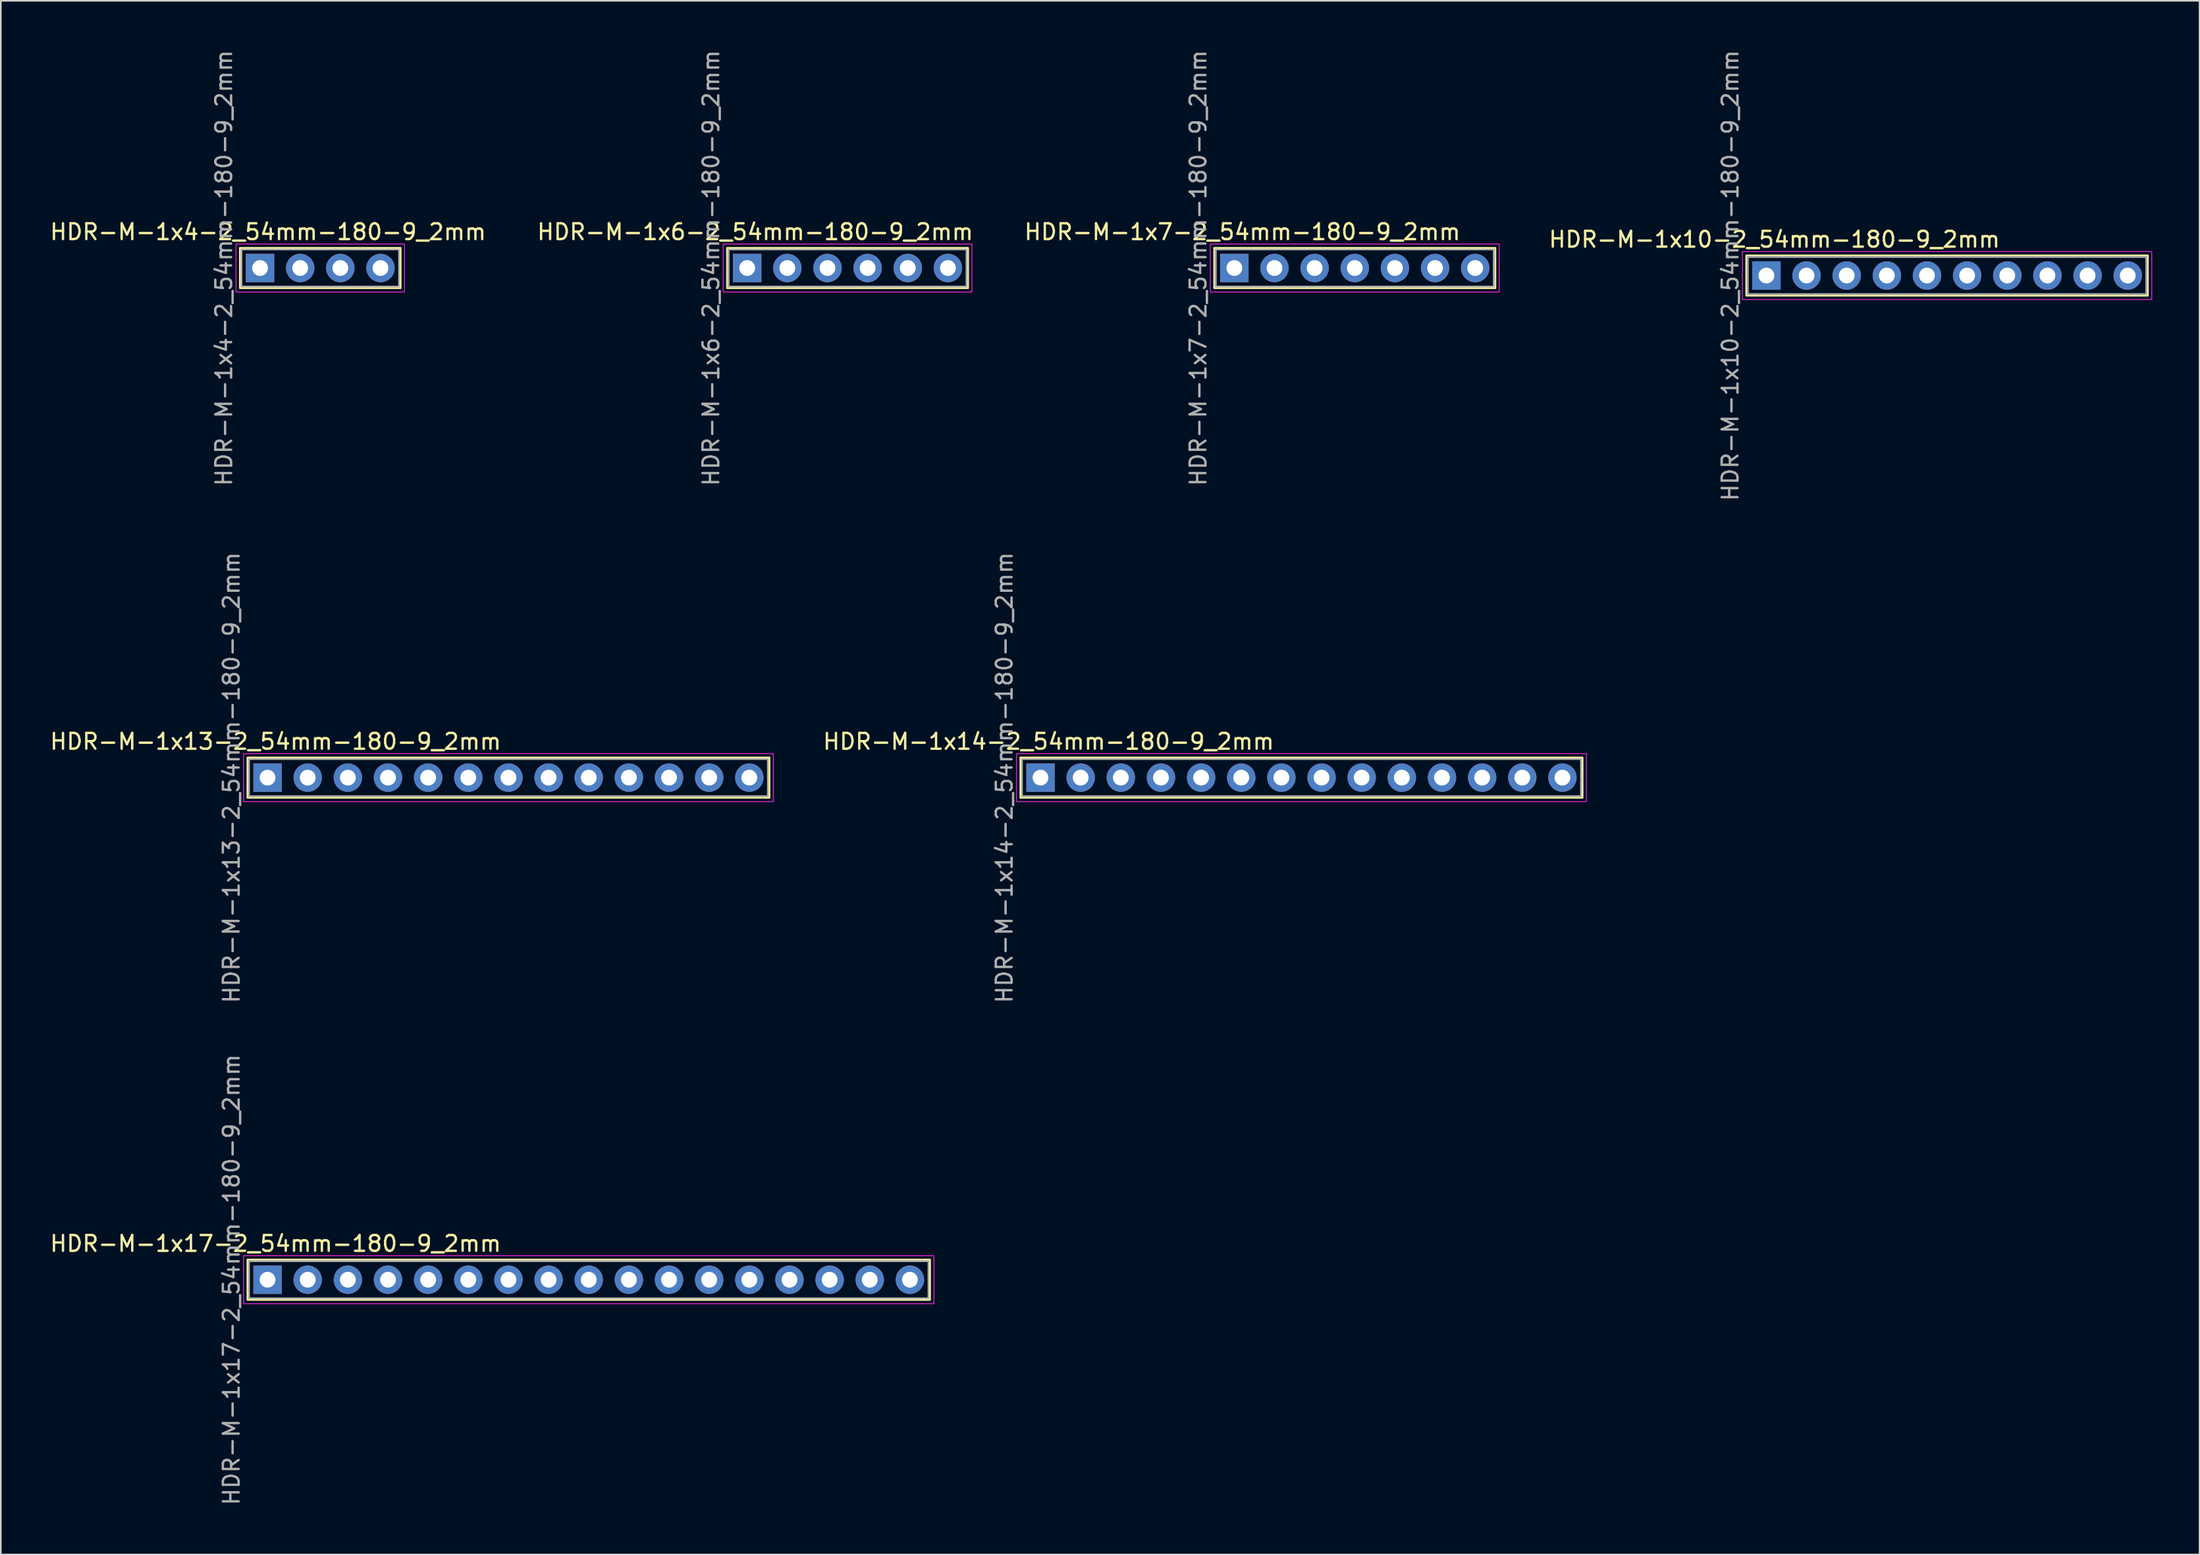
<source format=kicad_pcb>
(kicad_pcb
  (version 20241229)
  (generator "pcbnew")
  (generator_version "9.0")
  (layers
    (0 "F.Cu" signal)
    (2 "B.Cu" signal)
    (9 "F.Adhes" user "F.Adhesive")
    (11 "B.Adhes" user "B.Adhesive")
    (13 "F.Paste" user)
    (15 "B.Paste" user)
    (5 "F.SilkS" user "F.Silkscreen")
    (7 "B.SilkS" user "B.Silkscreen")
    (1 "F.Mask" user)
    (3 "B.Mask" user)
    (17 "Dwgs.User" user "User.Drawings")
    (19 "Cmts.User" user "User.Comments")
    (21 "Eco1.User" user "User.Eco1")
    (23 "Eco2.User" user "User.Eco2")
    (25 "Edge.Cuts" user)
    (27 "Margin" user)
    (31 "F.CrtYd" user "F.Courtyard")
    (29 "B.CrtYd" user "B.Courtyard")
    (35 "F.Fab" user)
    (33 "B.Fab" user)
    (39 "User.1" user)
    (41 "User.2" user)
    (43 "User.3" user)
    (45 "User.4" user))
  (footprint "HDR-M-1x17-2_54mm-180-9_2mm"
    (layer "F.Cu")
    (at 13.879 77.935)
    (property "Reference" "HDR-M-1x17-2_54mm-180-9_2mm" (at 0.508 -2.286 0) (unlocked yes) (layer "F.SilkS") (effects (font (size 1 1) (thickness 0.15))))
    (attr through_hole)
    (fp_rect (start -1.27 -1.27) (end 41.91 1.27) (stroke (width 0.12) (type solid)) (fill no) (layer "F.SilkS"))
    (fp_rect (start -1.52 -1.52) (end 42.16 1.52) (stroke (width 0.05) (type solid)) (fill no) (layer "F.CrtYd"))
    (fp_rect (start -1.17 -1.17) (end 41.81 1.17) (stroke (width 0.1) (type solid)) (fill no) (layer "F.Fab"))
    (fp_text user "${REFERENCE}" (at -2.286 0 90) (unlocked yes) (layer "F.Fab") (effects (font (size 1 1) (thickness 0.15))))
    (pad "1" thru_hole rect (at 0 0) (size 1.8 1.8) (drill 1) (layers "*.Cu" "*.Mask"))
    (pad "2" thru_hole circle (at 2.54 0) (size 1.8 1.8) (drill 1) (layers "*.Cu" "*.Mask"))
    (pad "3" thru_hole circle (at 5.08 0) (size 1.8 1.8) (drill 1) (layers "*.Cu" "*.Mask"))
    (pad "4" thru_hole circle (at 7.62 0) (size 1.8 1.8) (drill 1) (layers "*.Cu" "*.Mask"))
    (pad "5" thru_hole circle (at 10.16 0) (size 1.8 1.8) (drill 1) (layers "*.Cu" "*.Mask"))
    (pad "6" thru_hole circle (at 12.7 0) (size 1.8 1.8) (drill 1) (layers "*.Cu" "*.Mask"))
    (pad "7" thru_hole circle (at 15.24 0) (size 1.8 1.8) (drill 1) (layers "*.Cu" "*.Mask"))
    (pad "8" thru_hole circle (at 17.78 0) (size 1.8 1.8) (drill 1) (layers "*.Cu" "*.Mask"))
    (pad "9" thru_hole circle (at 20.32 0) (size 1.8 1.8) (drill 1) (layers "*.Cu" "*.Mask"))
    (pad "10" thru_hole circle (at 22.86 0) (size 1.8 1.8) (drill 1) (layers "*.Cu" "*.Mask"))
    (pad "11" thru_hole circle (at 25.4 0) (size 1.8 1.8) (drill 1) (layers "*.Cu" "*.Mask"))
    (pad "12" thru_hole circle (at 27.94 0) (size 1.8 1.8) (drill 1) (layers "*.Cu" "*.Mask"))
    (pad "13" thru_hole circle (at 30.48 0) (size 1.8 1.8) (drill 1) (layers "*.Cu" "*.Mask"))
    (pad "14" thru_hole circle (at 33.02 0) (size 1.8 1.8) (drill 1) (layers "*.Cu" "*.Mask"))
    (pad "15" thru_hole circle (at 35.56 0) (size 1.8 1.8) (drill 1) (layers "*.Cu" "*.Mask"))
    (pad "16" thru_hole circle (at 38.1 0) (size 1.8 1.8) (drill 1) (layers "*.Cu" "*.Mask"))
    (pad "17" thru_hole circle (at 40.64 0) (size 1.8 1.8) (drill 1) (layers "*.Cu" "*.Mask")))
  (footprint "HDR-M-1x6-2_54mm-180-9_2mm"
    (layer "F.Cu")
    (at 44.224 13.911)
    (property "Reference" "HDR-M-1x6-2_54mm-180-9_2mm" (at 0.508 -2.286 0) (unlocked yes) (layer "F.SilkS") (effects (font (size 1 1) (thickness 0.15))))
    (attr through_hole)
    (fp_rect (start -1.27 -1.27) (end 13.97 1.27) (stroke (width 0.12) (type solid)) (fill no) (layer "F.SilkS"))
    (fp_rect (start -1.52 -1.52) (end 14.22 1.52) (stroke (width 0.05) (type solid)) (fill no) (layer "F.CrtYd"))
    (fp_rect (start -1.17 -1.17) (end 13.87 1.17) (stroke (width 0.1) (type solid)) (fill no) (layer "F.Fab"))
    (fp_text user "${REFERENCE}" (at -2.286 0 90) (unlocked yes) (layer "F.Fab") (effects (font (size 1 1) (thickness 0.15))))
    (pad "1" thru_hole rect (at 0 0) (size 1.8 1.8) (drill 1) (layers "*.Cu" "*.Mask"))
    (pad "2" thru_hole circle (at 2.54 0) (size 1.8 1.8) (drill 1) (layers "*.Cu" "*.Mask"))
    (pad "3" thru_hole circle (at 5.08 0) (size 1.8 1.8) (drill 1) (layers "*.Cu" "*.Mask"))
    (pad "4" thru_hole circle (at 7.62 0) (size 1.8 1.8) (drill 1) (layers "*.Cu" "*.Mask"))
    (pad "5" thru_hole circle (at 10.16 0) (size 1.8 1.8) (drill 1) (layers "*.Cu" "*.Mask"))
    (pad "6" thru_hole circle (at 12.7 0) (size 1.8 1.8) (drill 1) (layers "*.Cu" "*.Mask")))
  (footprint "HDR-M-1x7-2_54mm-180-9_2mm"
    (layer "F.Cu")
    (at 75.046 13.911)
    (property "Reference" "HDR-M-1x7-2_54mm-180-9_2mm" (at 0.508 -2.286 0) (unlocked yes) (layer "F.SilkS") (effects (font (size 1 1) (thickness 0.15))))
    (attr through_hole)
    (fp_rect (start -1.27 -1.27) (end 16.51 1.27) (stroke (width 0.12) (type solid)) (fill no) (layer "F.SilkS"))
    (fp_rect (start -1.52 -1.52) (end 16.76 1.52) (stroke (width 0.05) (type solid)) (fill no) (layer "F.CrtYd"))
    (fp_rect (start -1.17 -1.17) (end 16.41 1.17) (stroke (width 0.1) (type solid)) (fill no) (layer "F.Fab"))
    (fp_text user "${REFERENCE}" (at -2.286 0 90) (unlocked yes) (layer "F.Fab") (effects (font (size 1 1) (thickness 0.15))))
    (pad "1" thru_hole rect (at 0 0) (size 1.8 1.8) (drill 1) (layers "*.Cu" "*.Mask"))
    (pad "2" thru_hole circle (at 2.54 0) (size 1.8 1.8) (drill 1) (layers "*.Cu" "*.Mask"))
    (pad "3" thru_hole circle (at 5.08 0) (size 1.8 1.8) (drill 1) (layers "*.Cu" "*.Mask"))
    (pad "4" thru_hole circle (at 7.62 0) (size 1.8 1.8) (drill 1) (layers "*.Cu" "*.Mask"))
    (pad "5" thru_hole circle (at 10.16 0) (size 1.8 1.8) (drill 1) (layers "*.Cu" "*.Mask"))
    (pad "6" thru_hole circle (at 12.7 0) (size 1.8 1.8) (drill 1) (layers "*.Cu" "*.Mask"))
    (pad "7" thru_hole circle (at 15.24 0) (size 1.8 1.8) (drill 1) (layers "*.Cu" "*.Mask")))
  (footprint "HDR-M-1x13-2_54mm-180-9_2mm"
    (layer "F.Cu")
    (at 13.879 46.161)
    (property "Reference" "HDR-M-1x13-2_54mm-180-9_2mm" (at 0.508 -2.286 0) (unlocked yes) (layer "F.SilkS") (effects (font (size 1 1) (thickness 0.15))))
    (attr through_hole)
    (fp_rect (start -1.27 -1.27) (end 31.75 1.27) (stroke (width 0.12) (type solid)) (fill no) (layer "F.SilkS"))
    (fp_rect (start -1.52 -1.52) (end 32 1.52) (stroke (width 0.05) (type solid)) (fill no) (layer "F.CrtYd"))
    (fp_rect (start -1.17 -1.17) (end 31.65 1.17) (stroke (width 0.1) (type solid)) (fill no) (layer "F.Fab"))
    (fp_text user "${REFERENCE}" (at -2.286 0 90) (unlocked yes) (layer "F.Fab") (effects (font (size 1 1) (thickness 0.15))))
    (pad "1" thru_hole rect (at 0 0) (size 1.8 1.8) (drill 1) (layers "*.Cu" "*.Mask"))
    (pad "2" thru_hole circle (at 2.54 0) (size 1.8 1.8) (drill 1) (layers "*.Cu" "*.Mask"))
    (pad "3" thru_hole circle (at 5.08 0) (size 1.8 1.8) (drill 1) (layers "*.Cu" "*.Mask"))
    (pad "4" thru_hole circle (at 7.62 0) (size 1.8 1.8) (drill 1) (layers "*.Cu" "*.Mask"))
    (pad "5" thru_hole circle (at 10.16 0) (size 1.8 1.8) (drill 1) (layers "*.Cu" "*.Mask"))
    (pad "6" thru_hole circle (at 12.7 0) (size 1.8 1.8) (drill 1) (layers "*.Cu" "*.Mask"))
    (pad "7" thru_hole circle (at 15.24 0) (size 1.8 1.8) (drill 1) (layers "*.Cu" "*.Mask"))
    (pad "8" thru_hole circle (at 17.78 0) (size 1.8 1.8) (drill 1) (layers "*.Cu" "*.Mask"))
    (pad "9" thru_hole circle (at 20.32 0) (size 1.8 1.8) (drill 1) (layers "*.Cu" "*.Mask"))
    (pad "10" thru_hole circle (at 22.86 0) (size 1.8 1.8) (drill 1) (layers "*.Cu" "*.Mask"))
    (pad "11" thru_hole circle (at 25.4 0) (size 1.8 1.8) (drill 1) (layers "*.Cu" "*.Mask"))
    (pad "12" thru_hole circle (at 27.94 0) (size 1.8 1.8) (drill 1) (layers "*.Cu" "*.Mask"))
    (pad "13" thru_hole circle (at 30.48 0) (size 1.8 1.8) (drill 1) (layers "*.Cu" "*.Mask")))
  (footprint "HDR-M-1x4-2_54mm-180-9_2mm"
    (layer "F.Cu")
    (at 13.403 13.911)
    (property "Reference" "HDR-M-1x4-2_54mm-180-9_2mm" (at 0.508 -2.286 0) (unlocked yes) (layer "F.SilkS") (effects (font (size 1 1) (thickness 0.15))))
    (attr through_hole)
    (fp_rect (start -1.27 -1.27) (end 8.89 1.27) (stroke (width 0.12) (type solid)) (fill no) (layer "F.SilkS"))
    (fp_rect (start -1.52 -1.52) (end 9.14 1.52) (stroke (width 0.05) (type solid)) (fill no) (layer "F.CrtYd"))
    (fp_rect (start -1.17 -1.17) (end 8.79 1.17) (stroke (width 0.1) (type solid)) (fill no) (layer "F.Fab"))
    (fp_text user "${REFERENCE}" (at -2.286 0 90) (unlocked yes) (layer "F.Fab") (effects (font (size 1 1) (thickness 0.15))))
    (pad "1" thru_hole rect (at 0 0) (size 1.8 1.8) (drill 1) (layers "*.Cu" "*.Mask"))
    (pad "2" thru_hole circle (at 2.54 0) (size 1.8 1.8) (drill 1) (layers "*.Cu" "*.Mask"))
    (pad "3" thru_hole circle (at 5.08 0) (size 1.8 1.8) (drill 1) (layers "*.Cu" "*.Mask"))
    (pad "4" thru_hole circle (at 7.62 0) (size 1.8 1.8) (drill 1) (layers "*.Cu" "*.Mask")))
  (footprint "HDR-M-1x10-2_54mm-180-9_2mm"
    (layer "F.Cu")
    (at 108.709 14.387)
    (property "Reference" "HDR-M-1x10-2_54mm-180-9_2mm" (at 0.508 -2.286 0) (unlocked yes) (layer "F.SilkS") (effects (font (size 1 1) (thickness 0.15))))
    (attr through_hole)
    (fp_rect (start -1.27 -1.27) (end 24.13 1.27) (stroke (width 0.12) (type solid)) (fill no) (layer "F.SilkS"))
    (fp_rect (start -1.52 -1.52) (end 24.38 1.52) (stroke (width 0.05) (type solid)) (fill no) (layer "F.CrtYd"))
    (fp_rect (start -1.17 -1.17) (end 24.03 1.17) (stroke (width 0.1) (type solid)) (fill no) (layer "F.Fab"))
    (fp_text user "${REFERENCE}" (at -2.286 0 90) (unlocked yes) (layer "F.Fab") (effects (font (size 1 1) (thickness 0.15))))
    (pad "1" thru_hole rect (at 0 0) (size 1.8 1.8) (drill 1) (layers "*.Cu" "*.Mask"))
    (pad "2" thru_hole circle (at 2.54 0) (size 1.8 1.8) (drill 1) (layers "*.Cu" "*.Mask"))
    (pad "3" thru_hole circle (at 5.08 0) (size 1.8 1.8) (drill 1) (layers "*.Cu" "*.Mask"))
    (pad "4" thru_hole circle (at 7.62 0) (size 1.8 1.8) (drill 1) (layers "*.Cu" "*.Mask"))
    (pad "5" thru_hole circle (at 10.16 0) (size 1.8 1.8) (drill 1) (layers "*.Cu" "*.Mask"))
    (pad "6" thru_hole circle (at 12.7 0) (size 1.8 1.8) (drill 1) (layers "*.Cu" "*.Mask"))
    (pad "7" thru_hole circle (at 15.24 0) (size 1.8 1.8) (drill 1) (layers "*.Cu" "*.Mask"))
    (pad "8" thru_hole circle (at 17.78 0) (size 1.8 1.8) (drill 1) (layers "*.Cu" "*.Mask"))
    (pad "9" thru_hole circle (at 20.32 0) (size 1.8 1.8) (drill 1) (layers "*.Cu" "*.Mask"))
    (pad "10" thru_hole circle (at 22.86 0) (size 1.8 1.8) (drill 1) (layers "*.Cu" "*.Mask")))
  (footprint "HDR-M-1x14-2_54mm-180-9_2mm"
    (layer "F.Cu")
    (at 62.783 46.161)
    (property "Reference" "HDR-M-1x14-2_54mm-180-9_2mm" (at 0.508 -2.286 0) (unlocked yes) (layer "F.SilkS") (effects (font (size 1 1) (thickness 0.15))))
    (attr through_hole)
    (fp_rect (start -1.27 -1.27) (end 34.29 1.27) (stroke (width 0.12) (type solid)) (fill no) (layer "F.SilkS"))
    (fp_rect (start -1.52 -1.52) (end 34.54 1.52) (stroke (width 0.05) (type solid)) (fill no) (layer "F.CrtYd"))
    (fp_rect (start -1.17 -1.17) (end 34.19 1.17) (stroke (width 0.1) (type solid)) (fill no) (layer "F.Fab"))
    (fp_text user "${REFERENCE}" (at -2.286 0 90) (unlocked yes) (layer "F.Fab") (effects (font (size 1 1) (thickness 0.15))))
    (pad "1" thru_hole rect (at 0 0) (size 1.8 1.8) (drill 1) (layers "*.Cu" "*.Mask"))
    (pad "2" thru_hole circle (at 2.54 0) (size 1.8 1.8) (drill 1) (layers "*.Cu" "*.Mask"))
    (pad "3" thru_hole circle (at 5.08 0) (size 1.8 1.8) (drill 1) (layers "*.Cu" "*.Mask"))
    (pad "4" thru_hole circle (at 7.62 0) (size 1.8 1.8) (drill 1) (layers "*.Cu" "*.Mask"))
    (pad "5" thru_hole circle (at 10.16 0) (size 1.8 1.8) (drill 1) (layers "*.Cu" "*.Mask"))
    (pad "6" thru_hole circle (at 12.7 0) (size 1.8 1.8) (drill 1) (layers "*.Cu" "*.Mask"))
    (pad "7" thru_hole circle (at 15.24 0) (size 1.8 1.8) (drill 1) (layers "*.Cu" "*.Mask"))
    (pad "8" thru_hole circle (at 17.78 0) (size 1.8 1.8) (drill 1) (layers "*.Cu" "*.Mask"))
    (pad "9" thru_hole circle (at 20.32 0) (size 1.8 1.8) (drill 1) (layers "*.Cu" "*.Mask"))
    (pad "10" thru_hole circle (at 22.86 0) (size 1.8 1.8) (drill 1) (layers "*.Cu" "*.Mask"))
    (pad "11" thru_hole circle (at 25.4 0) (size 1.8 1.8) (drill 1) (layers "*.Cu" "*.Mask"))
    (pad "12" thru_hole circle (at 27.94 0) (size 1.8 1.8) (drill 1) (layers "*.Cu" "*.Mask"))
    (pad "13" thru_hole circle (at 30.48 0) (size 1.8 1.8) (drill 1) (layers "*.Cu" "*.Mask"))
    (pad "14" thru_hole circle (at 33.02 0) (size 1.8 1.8) (drill 1) (layers "*.Cu" "*.Mask")))
  (gr_rect
    (start -3 -3)
    (end 136.114 95.321)
    (stroke (width 0.1) (type default))
    (fill no)
    (layer "Edge.Cuts")))
</source>
